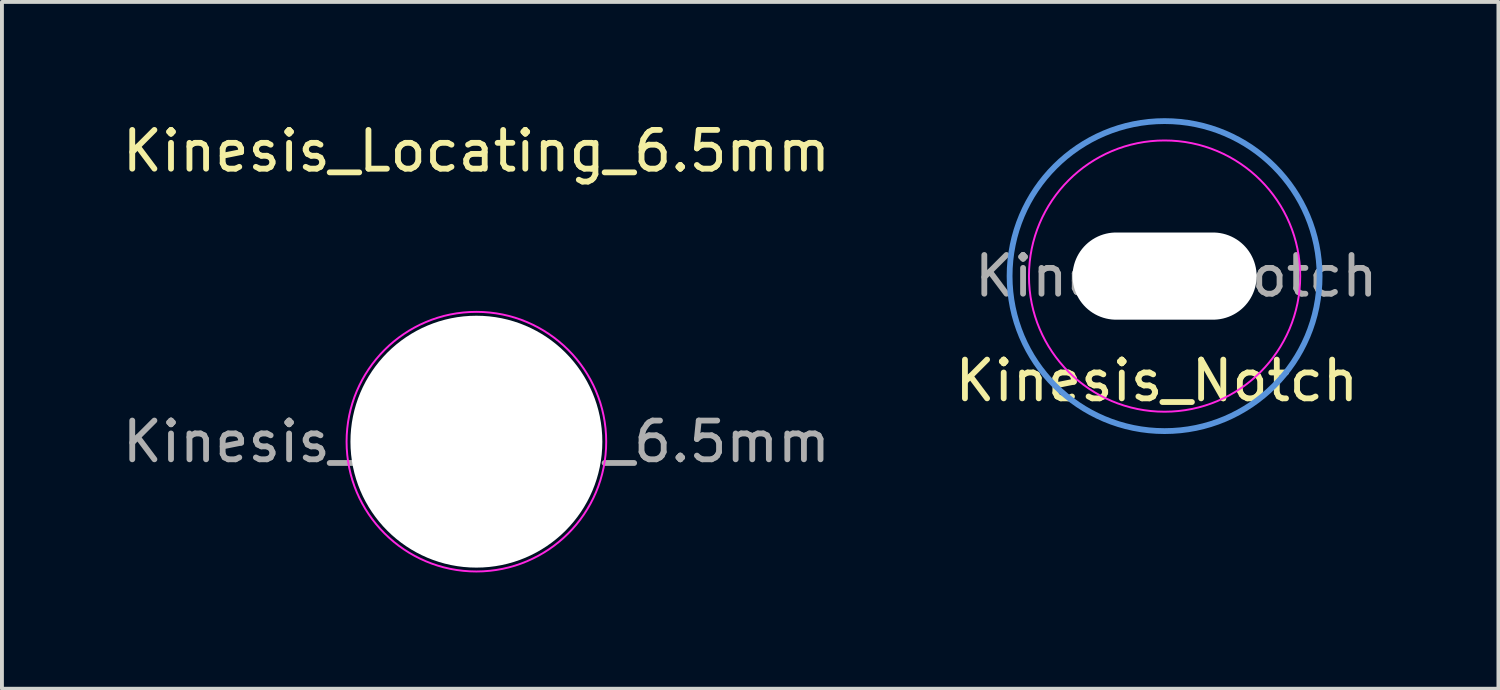
<source format=kicad_pcb>
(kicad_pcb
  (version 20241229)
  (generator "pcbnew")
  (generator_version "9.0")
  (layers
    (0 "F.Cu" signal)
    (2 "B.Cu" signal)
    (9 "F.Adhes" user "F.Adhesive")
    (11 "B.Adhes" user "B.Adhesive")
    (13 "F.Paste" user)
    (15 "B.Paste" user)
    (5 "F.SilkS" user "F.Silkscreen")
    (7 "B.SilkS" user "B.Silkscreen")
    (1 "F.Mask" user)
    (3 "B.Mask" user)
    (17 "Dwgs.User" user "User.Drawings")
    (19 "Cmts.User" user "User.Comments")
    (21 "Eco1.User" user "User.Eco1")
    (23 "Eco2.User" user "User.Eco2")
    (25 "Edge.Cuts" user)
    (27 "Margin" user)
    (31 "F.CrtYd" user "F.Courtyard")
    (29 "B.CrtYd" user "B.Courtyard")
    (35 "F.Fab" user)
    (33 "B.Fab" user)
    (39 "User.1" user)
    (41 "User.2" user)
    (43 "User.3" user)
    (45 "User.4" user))
  (footprint "Kinesis_Locating_6.5mm"
    (layer "F.Cu")
    (at 9.244 8.348)
    (property "Reference" "Kinesis_Locating_6.5mm" (at 0 -7.5 0) (layer "F.SilkS") (effects (font (size 1 1) (thickness 0.15))))
    (attr exclude_from_pos_files exclude_from_bom)
    (fp_circle (center 0 0) (end 3.35 0) (stroke (width 0.05) (type solid)) (fill no) (layer "F.CrtYd"))
    (fp_text user "${REFERENCE}" (at 0 0 0) (layer "F.Fab") (effects (font (size 1 1) (thickness 0.15))))
    (pad "" np_thru_hole circle (at 0 0) (size 6.5 6.5) (drill 6.5) (layers "*.Cu" "*.Mask")))
  (footprint "Kinesis_Notch"
    (layer "F.Cu")
    (at 27.004 4.075)
    (property "Reference" "Kinesis_Notch" (at -0.2 2.7 180) (layer "F.SilkS") (effects (font (size 1 1) (thickness 0.15))))
    (attr exclude_from_pos_files exclude_from_bom)
    (fp_circle (center 0 0) (end 4 0) (stroke (width 0.15) (type solid)) (fill no) (layer "Cmts.User"))
    (fp_circle (center 0 0) (end 3.5 0) (stroke (width 0.05) (type solid)) (fill no) (layer "F.CrtYd"))
    (fp_text user "${REFERENCE}" (at 0.3 0 180) (layer "F.Fab") (effects (font (size 1 1) (thickness 0.15))))
    (pad "" np_thru_hole oval (at 0 0) (size 4.75 2.25) (drill oval 4.75 2.25) (layers "*.Cu" "*.Mask")))
  (gr_rect
    (start -3 -3)
    (end 35.619 14.723)
    (stroke (width 0.1) (type default))
    (fill no)
    (layer "Edge.Cuts")))
</source>
